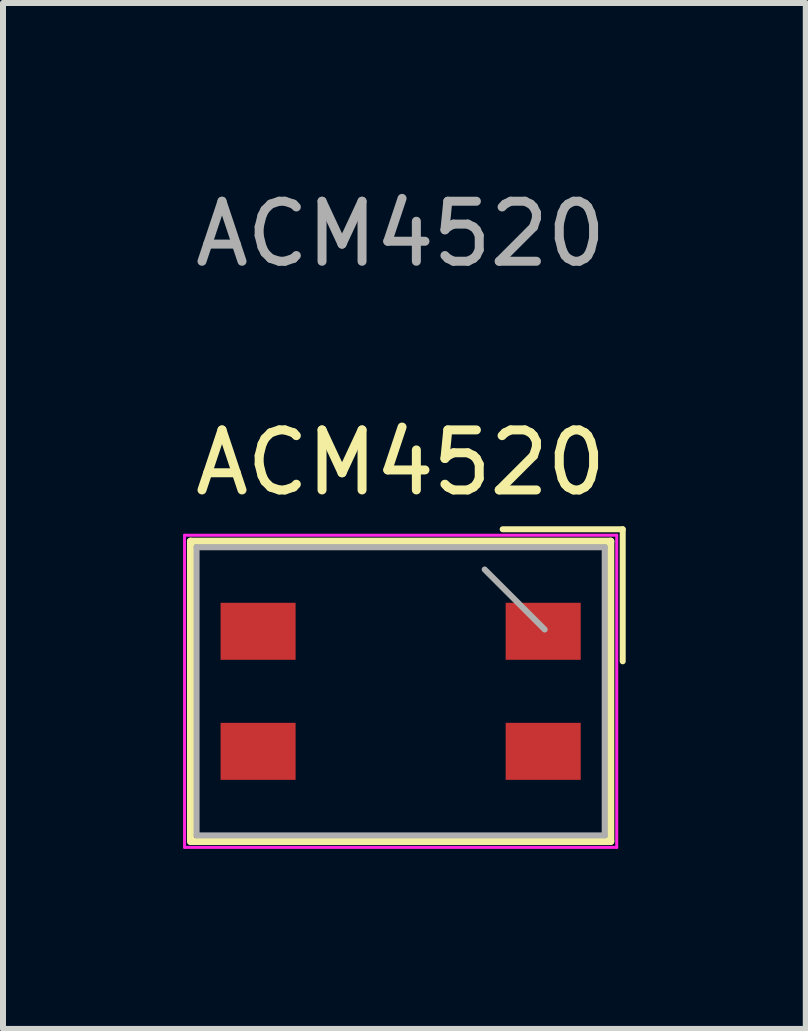
<source format=kicad_pcb>
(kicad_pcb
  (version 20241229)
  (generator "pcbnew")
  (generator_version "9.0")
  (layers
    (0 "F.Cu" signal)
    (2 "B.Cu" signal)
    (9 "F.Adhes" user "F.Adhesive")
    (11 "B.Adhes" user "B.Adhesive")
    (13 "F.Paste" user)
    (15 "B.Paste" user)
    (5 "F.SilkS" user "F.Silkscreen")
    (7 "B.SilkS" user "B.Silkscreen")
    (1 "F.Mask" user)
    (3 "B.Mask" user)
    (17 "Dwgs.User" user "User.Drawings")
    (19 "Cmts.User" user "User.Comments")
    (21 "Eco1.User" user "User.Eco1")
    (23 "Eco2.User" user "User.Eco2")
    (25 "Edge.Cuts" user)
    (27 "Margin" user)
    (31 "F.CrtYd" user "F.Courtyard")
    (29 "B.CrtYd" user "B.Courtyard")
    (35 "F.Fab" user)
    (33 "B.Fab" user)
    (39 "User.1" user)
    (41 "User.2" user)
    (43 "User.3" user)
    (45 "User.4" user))
  (footprint "ACM4520"
    (layer "F.Cu")
    (at 3.625 8.468)
    (property "Reference" "ACM4520" (at 0 -3.81 0) (layer "F.SilkS") (effects (font (size 1 1) (thickness 0.15))))
    (attr through_hole)
    (fp_line (start -3.5 -2.5) (end -3.5 2.5) (stroke (width 0.12) (type solid)) (layer "F.SilkS"))
    (fp_line (start -3.5 2.5) (end 3.5 2.5) (stroke (width 0.12) (type solid)) (layer "F.SilkS"))
    (fp_line (start 1.7 -2.7) (end 3.7 -2.7) (stroke (width 0.1) (type solid)) (layer "F.SilkS"))
    (fp_line (start 3.5 -2.5) (end -3.5 -2.5) (stroke (width 0.12) (type solid)) (layer "F.SilkS"))
    (fp_line (start 3.5 2.5) (end 3.5 -2.5) (stroke (width 0.12) (type solid)) (layer "F.SilkS"))
    (fp_line (start 3.7 -2.7) (end 3.7 -0.5) (stroke (width 0.1) (type solid)) (layer "F.SilkS"))
    (fp_line (start -3.6 -2.6) (end -3.6 2.6) (stroke (width 0.05) (type solid)) (layer "F.CrtYd"))
    (fp_line (start -3.6 2.6) (end 3.6 2.6) (stroke (width 0.05) (type solid)) (layer "F.CrtYd"))
    (fp_line (start 3.6 -2.6) (end -3.6 -2.6) (stroke (width 0.05) (type solid)) (layer "F.CrtYd"))
    (fp_line (start 3.6 2.6) (end 3.6 -2.6) (stroke (width 0.05) (type solid)) (layer "F.CrtYd"))
    (fp_line (start -3.4 -2.4) (end -3.4 2.4) (stroke (width 0.1) (type solid)) (layer "F.Fab"))
    (fp_line (start -3.4 2.4) (end 3.4 2.4) (stroke (width 0.1) (type solid)) (layer "F.Fab"))
    (fp_line (start 1.4 -2.03) (end 2.4 -1.03) (stroke (width 0.1) (type solid)) (layer "F.Fab"))
    (fp_line (start 3.4 -2.4) (end -3.4 -2.4) (stroke (width 0.1) (type solid)) (layer "F.Fab"))
    (fp_line (start 3.4 2.4) (end 3.4 -2.4) (stroke (width 0.1) (type solid)) (layer "F.Fab"))
    (fp_text user "${REFERENCE}" (at 0 -7.62 180) (layer "F.Fab") (effects (font (size 1 1) (thickness 0.15))))
    (pad "1" smd rect (at -2.375 -1) (size 1.25 0.95) (layers "F.Cu" "F.Mask" "F.Paste"))
    (pad "2" smd rect (at -2.375 1) (size 1.25 0.95) (layers "F.Cu" "F.Mask" "F.Paste"))
    (pad "3" smd rect (at 2.375 1) (size 1.25 0.95) (layers "F.Cu" "F.Mask" "F.Paste"))
    (pad "4" smd rect (at 2.375 -1) (size 1.25 0.95) (layers "F.Cu" "F.Mask" "F.Paste")))
  (gr_rect
    (start -3 -3)
    (end 10.375 14.093)
    (stroke (width 0.1) (type default))
    (fill no)
    (layer "Edge.Cuts")))
</source>
